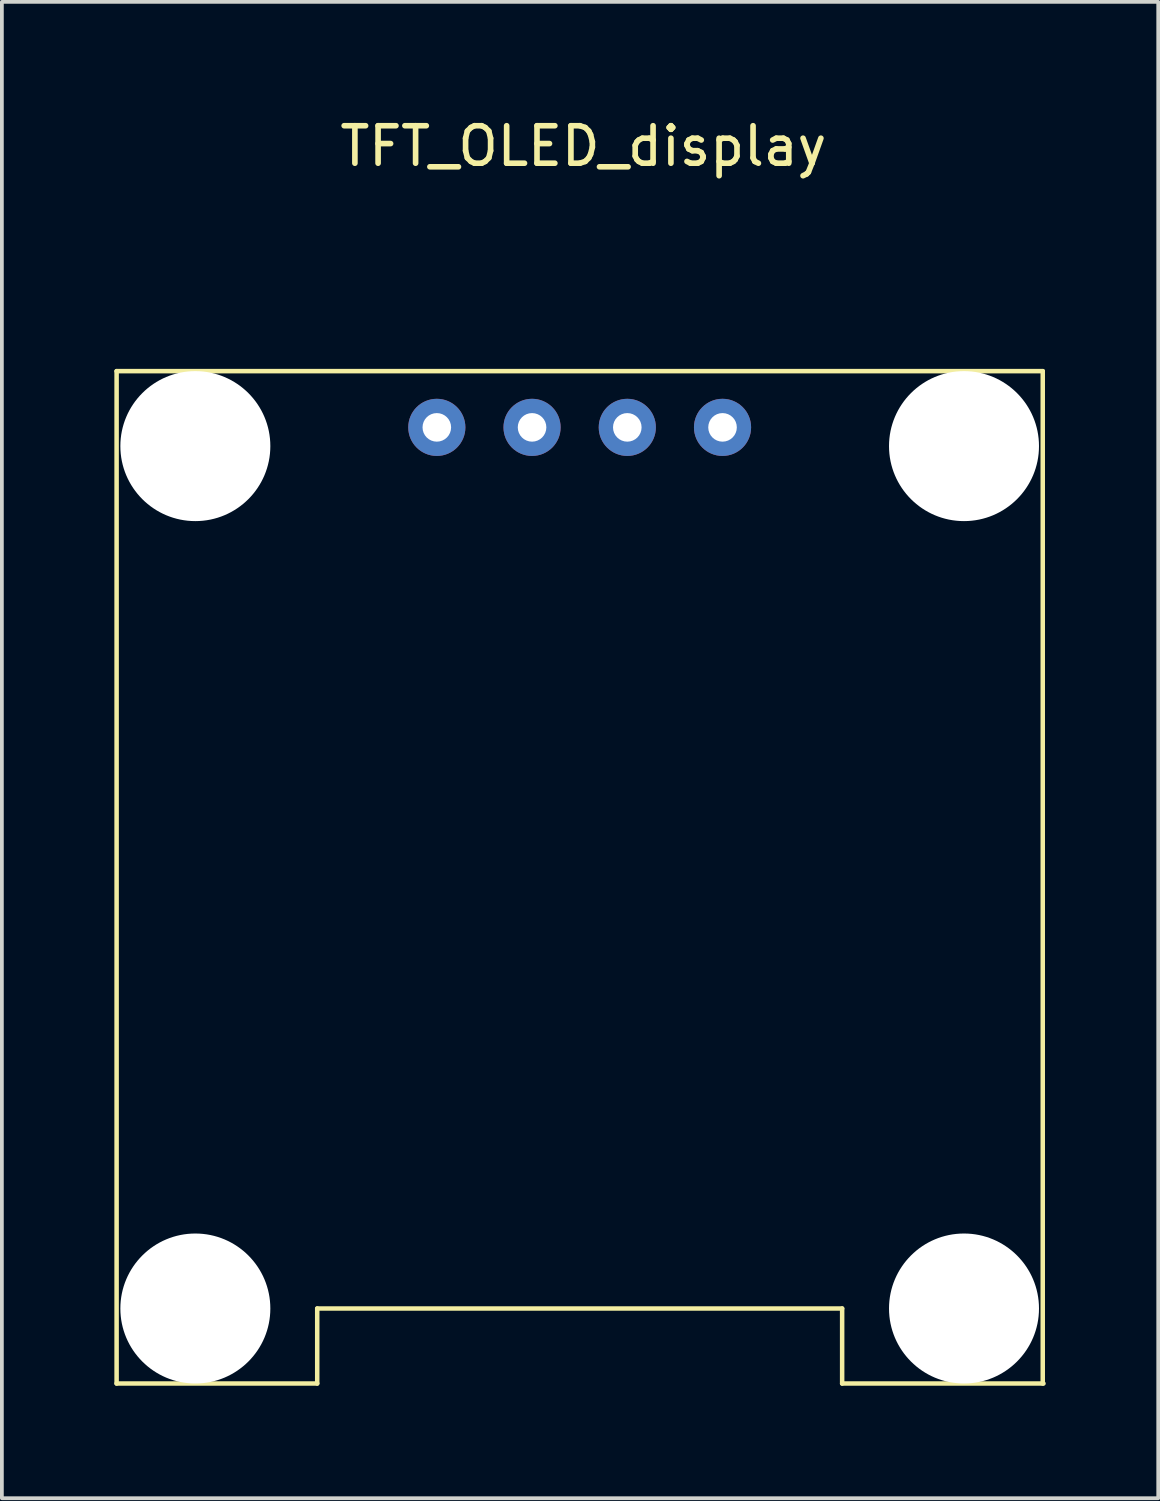
<source format=kicad_pcb>
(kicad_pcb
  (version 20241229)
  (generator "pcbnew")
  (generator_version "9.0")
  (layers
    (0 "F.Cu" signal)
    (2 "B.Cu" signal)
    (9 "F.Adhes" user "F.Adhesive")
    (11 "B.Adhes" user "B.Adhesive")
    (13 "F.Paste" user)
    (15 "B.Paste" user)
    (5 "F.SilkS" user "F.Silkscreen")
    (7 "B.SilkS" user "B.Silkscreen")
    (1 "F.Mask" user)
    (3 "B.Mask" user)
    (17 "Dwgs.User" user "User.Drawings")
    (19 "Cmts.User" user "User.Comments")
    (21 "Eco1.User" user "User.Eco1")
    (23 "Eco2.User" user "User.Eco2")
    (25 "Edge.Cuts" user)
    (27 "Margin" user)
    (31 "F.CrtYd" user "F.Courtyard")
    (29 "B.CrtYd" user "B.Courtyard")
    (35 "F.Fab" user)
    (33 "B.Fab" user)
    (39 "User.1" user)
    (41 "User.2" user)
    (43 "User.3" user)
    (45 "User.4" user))
  (footprint "TFT_OLED_display"
    (layer "F.Cu")
    (at 12.41 20.348)
    (property "Reference" "TFT_OLED_display" (at 0.1 -19.5 0) (layer "F.SilkS") (effects (font (size 1 1) (thickness 0.15))))
    (attr through_hole)
    (fp_line (start -12.35 -13.5) (end -12.35 13.5) (stroke (width 0.12) (type solid)) (layer "F.SilkS"))
    (fp_line (start -7 11.5) (end 7 11.5) (stroke (width 0.12) (type solid)) (layer "F.SilkS"))
    (fp_line (start -7 13.5) (end -12.35 13.5) (stroke (width 0.12) (type solid)) (layer "F.SilkS"))
    (fp_line (start -7 13.5) (end -7 11.5) (stroke (width 0.12) (type solid)) (layer "F.SilkS"))
    (fp_line (start 7 11.5) (end 7 13.5) (stroke (width 0.12) (type solid)) (layer "F.SilkS"))
    (fp_line (start 7 13.5) (end 12.37 13.5) (stroke (width 0.12) (type solid)) (layer "F.SilkS"))
    (fp_line (start 12.35 -13.5) (end -12.35 -13.5) (stroke (width 0.12) (type solid)) (layer "F.SilkS"))
    (fp_line (start 12.35 -13.5) (end 12.35 13.5) (stroke (width 0.12) (type solid)) (layer "F.SilkS"))
    (pad "" np_thru_hole circle (at -10.25 -11.5) (size 4 4) (drill 4) (layers "*.Cu" "*.Mask"))
    (pad "" np_thru_hole circle (at -10.25 11.5 180) (size 4 4) (drill 4) (layers "*.Cu" "*.Mask"))
    (pad "" np_thru_hole circle (at 10.25 -11.5) (size 4 4) (drill 4) (layers "*.Cu" "*.Mask"))
    (pad "" np_thru_hole circle (at 10.25 11.5 180) (size 4 4) (drill 4) (layers "*.Cu" "*.Mask"))
    (pad "1" thru_hole circle (at -3.81 -12) (size 1.524 1.524) (drill 0.762) (layers "*.Cu" "*.Mask"))
    (pad "2" thru_hole circle (at -1.27 -12) (size 1.524 1.524) (drill 0.762) (layers "*.Cu" "*.Mask"))
    (pad "3" thru_hole circle (at 1.27 -12) (size 1.524 1.524) (drill 0.762) (layers "*.Cu" "*.Mask"))
    (pad "4" thru_hole circle (at 3.81 -12) (size 1.524 1.524) (drill 0.762) (layers "*.Cu" "*.Mask")))
  (gr_rect
    (start -3 -3)
    (end 27.84 36.908)
    (stroke (width 0.1) (type default))
    (fill no)
    (layer "Edge.Cuts")))
</source>
